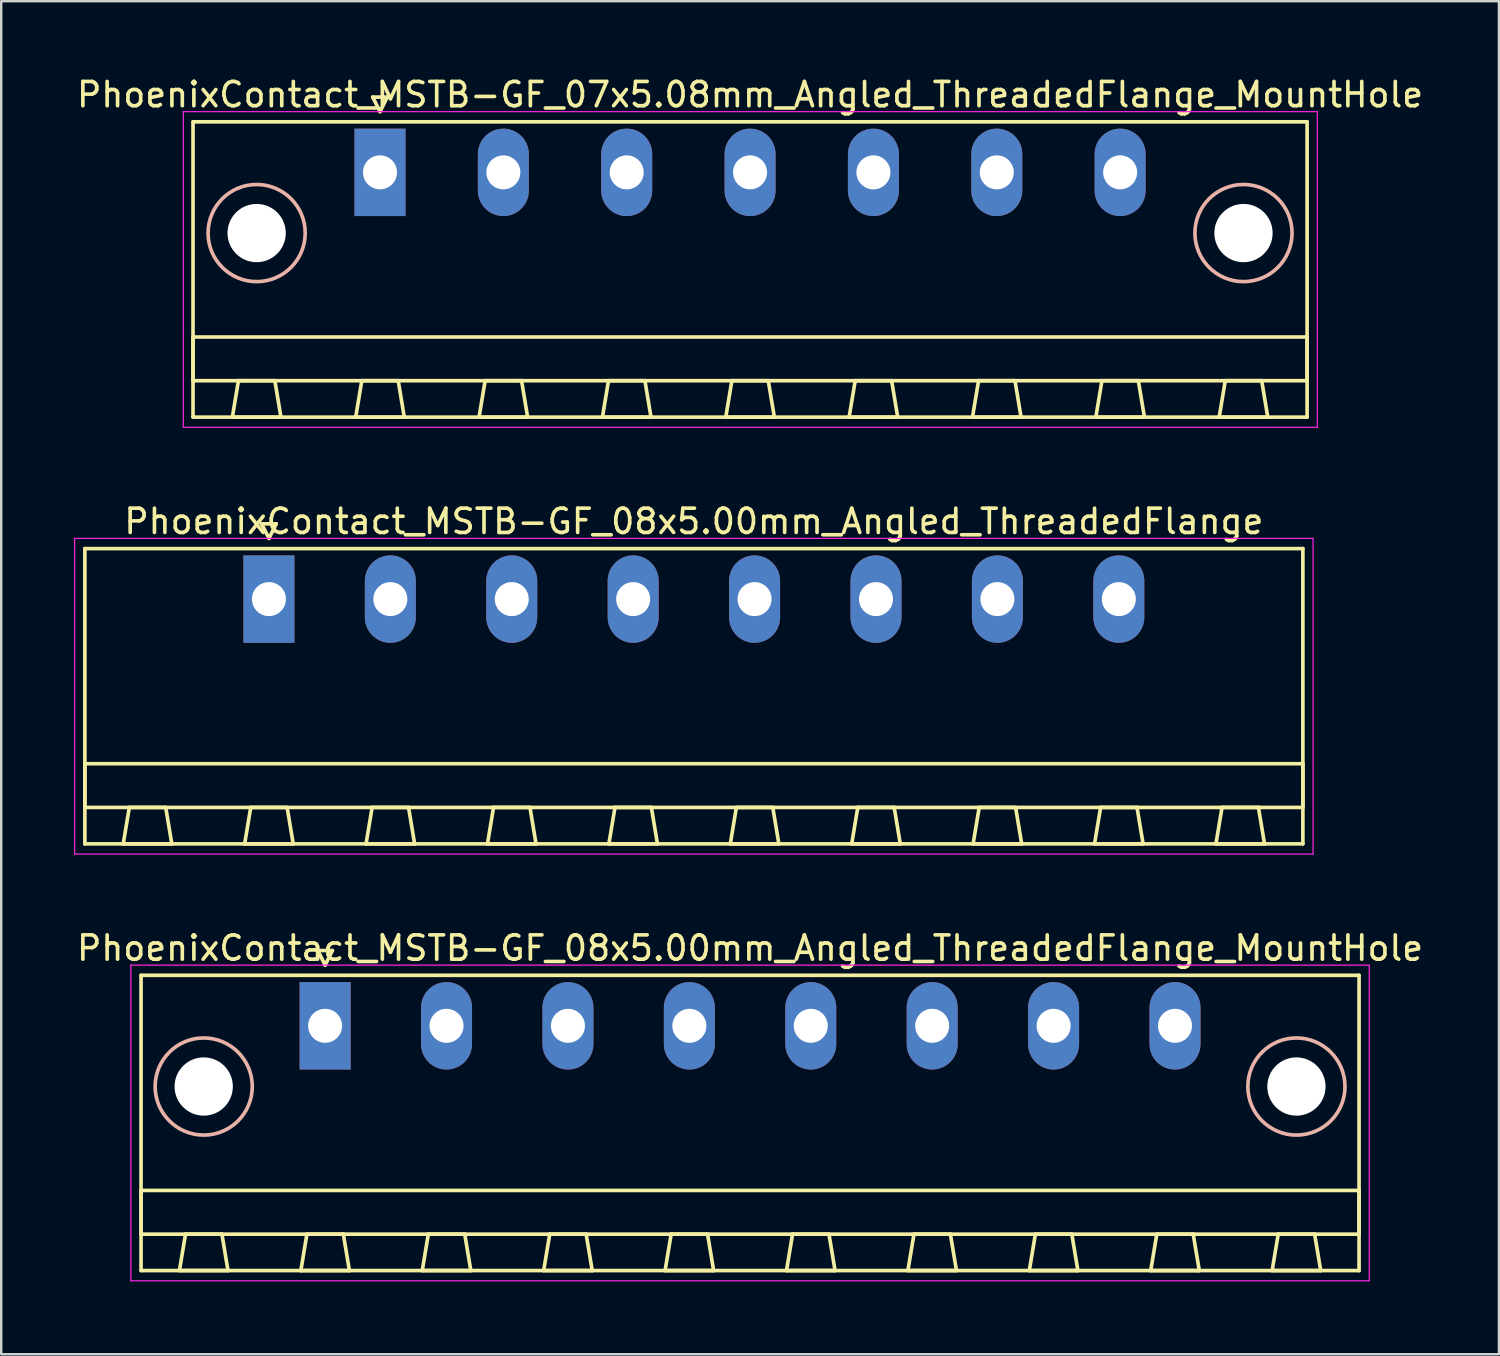
<source format=kicad_pcb>
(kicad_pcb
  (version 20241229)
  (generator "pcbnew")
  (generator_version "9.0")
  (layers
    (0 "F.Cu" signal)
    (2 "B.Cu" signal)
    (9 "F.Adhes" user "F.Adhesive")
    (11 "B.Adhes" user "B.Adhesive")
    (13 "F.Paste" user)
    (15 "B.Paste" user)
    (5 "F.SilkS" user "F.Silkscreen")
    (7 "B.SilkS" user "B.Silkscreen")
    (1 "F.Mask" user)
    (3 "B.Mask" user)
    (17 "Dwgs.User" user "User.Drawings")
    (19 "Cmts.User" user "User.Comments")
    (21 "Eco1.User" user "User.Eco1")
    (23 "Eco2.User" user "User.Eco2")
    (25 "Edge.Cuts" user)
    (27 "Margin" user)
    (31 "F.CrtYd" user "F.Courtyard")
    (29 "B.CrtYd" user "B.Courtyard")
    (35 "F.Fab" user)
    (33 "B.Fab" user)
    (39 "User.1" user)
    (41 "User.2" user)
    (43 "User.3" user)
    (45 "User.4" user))
  (footprint "PhoenixContact_MSTB-GF_08x5.00mm_Angled_ThreadedFlange_MountHole"
    (layer "F.Cu")
    (at 10.339 39.195)
    (property "Reference" "PhoenixContact_MSTB-GF_08x5.00mm_Angled_ThreadedFlange_MountHole" (at 17.5 -3.2 0) (layer "F.SilkS") (effects (font (size 1 1) (thickness 0.15))))
    (attr through_hole)
    (fp_line (start -7.58 -2.08) (end -7.58 10.08) (stroke (width 0.15) (type solid)) (layer "F.SilkS"))
    (fp_line (start -7.58 6.78) (end 42.58 6.78) (stroke (width 0.15) (type solid)) (layer "F.SilkS"))
    (fp_line (start -7.58 8.58) (end -7.58 6.78) (stroke (width 0.15) (type solid)) (layer "F.SilkS"))
    (fp_line (start -7.58 10.08) (end 42.58 10.08) (stroke (width 0.15) (type solid)) (layer "F.SilkS"))
    (fp_line (start -6 10.08) (end -4 10.08) (stroke (width 0.15) (type solid)) (layer "F.SilkS"))
    (fp_line (start -5.75 8.58) (end -6 10.08) (stroke (width 0.15) (type solid)) (layer "F.SilkS"))
    (fp_line (start -4.25 8.58) (end -5.75 8.58) (stroke (width 0.15) (type solid)) (layer "F.SilkS"))
    (fp_line (start -4 10.08) (end -4.25 8.58) (stroke (width 0.15) (type solid)) (layer "F.SilkS"))
    (fp_line (start -1 10.08) (end 1 10.08) (stroke (width 0.15) (type solid)) (layer "F.SilkS"))
    (fp_line (start -0.75 8.58) (end -1 10.08) (stroke (width 0.15) (type solid)) (layer "F.SilkS"))
    (fp_line (start -0.3 -3.1) (end 0 -2.5) (stroke (width 0.15) (type solid)) (layer "F.SilkS"))
    (fp_line (start 0 -2.5) (end 0.3 -3.1) (stroke (width 0.15) (type solid)) (layer "F.SilkS"))
    (fp_line (start 0.3 -3.1) (end -0.3 -3.1) (stroke (width 0.15) (type solid)) (layer "F.SilkS"))
    (fp_line (start 0.75 8.58) (end -0.75 8.58) (stroke (width 0.15) (type solid)) (layer "F.SilkS"))
    (fp_line (start 1 10.08) (end 0.75 8.58) (stroke (width 0.15) (type solid)) (layer "F.SilkS"))
    (fp_line (start 4 10.08) (end 6 10.08) (stroke (width 0.15) (type solid)) (layer "F.SilkS"))
    (fp_line (start 4.25 8.58) (end 4 10.08) (stroke (width 0.15) (type solid)) (layer "F.SilkS"))
    (fp_line (start 5.75 8.58) (end 4.25 8.58) (stroke (width 0.15) (type solid)) (layer "F.SilkS"))
    (fp_line (start 6 10.08) (end 5.75 8.58) (stroke (width 0.15) (type solid)) (layer "F.SilkS"))
    (fp_line (start 9 10.08) (end 11 10.08) (stroke (width 0.15) (type solid)) (layer "F.SilkS"))
    (fp_line (start 9.25 8.58) (end 9 10.08) (stroke (width 0.15) (type solid)) (layer "F.SilkS"))
    (fp_line (start 10.75 8.58) (end 9.25 8.58) (stroke (width 0.15) (type solid)) (layer "F.SilkS"))
    (fp_line (start 11 10.08) (end 10.75 8.58) (stroke (width 0.15) (type solid)) (layer "F.SilkS"))
    (fp_line (start 14 10.08) (end 16 10.08) (stroke (width 0.15) (type solid)) (layer "F.SilkS"))
    (fp_line (start 14.25 8.58) (end 14 10.08) (stroke (width 0.15) (type solid)) (layer "F.SilkS"))
    (fp_line (start 15.75 8.58) (end 14.25 8.58) (stroke (width 0.15) (type solid)) (layer "F.SilkS"))
    (fp_line (start 16 10.08) (end 15.75 8.58) (stroke (width 0.15) (type solid)) (layer "F.SilkS"))
    (fp_line (start 19 10.08) (end 21 10.08) (stroke (width 0.15) (type solid)) (layer "F.SilkS"))
    (fp_line (start 19.25 8.58) (end 19 10.08) (stroke (width 0.15) (type solid)) (layer "F.SilkS"))
    (fp_line (start 20.75 8.58) (end 19.25 8.58) (stroke (width 0.15) (type solid)) (layer "F.SilkS"))
    (fp_line (start 21 10.08) (end 20.75 8.58) (stroke (width 0.15) (type solid)) (layer "F.SilkS"))
    (fp_line (start 24 10.08) (end 26 10.08) (stroke (width 0.15) (type solid)) (layer "F.SilkS"))
    (fp_line (start 24.25 8.58) (end 24 10.08) (stroke (width 0.15) (type solid)) (layer "F.SilkS"))
    (fp_line (start 25.75 8.58) (end 24.25 8.58) (stroke (width 0.15) (type solid)) (layer "F.SilkS"))
    (fp_line (start 26 10.08) (end 25.75 8.58) (stroke (width 0.15) (type solid)) (layer "F.SilkS"))
    (fp_line (start 29 10.08) (end 31 10.08) (stroke (width 0.15) (type solid)) (layer "F.SilkS"))
    (fp_line (start 29.25 8.58) (end 29 10.08) (stroke (width 0.15) (type solid)) (layer "F.SilkS"))
    (fp_line (start 30.75 8.58) (end 29.25 8.58) (stroke (width 0.15) (type solid)) (layer "F.SilkS"))
    (fp_line (start 31 10.08) (end 30.75 8.58) (stroke (width 0.15) (type solid)) (layer "F.SilkS"))
    (fp_line (start 34 10.08) (end 36 10.08) (stroke (width 0.15) (type solid)) (layer "F.SilkS"))
    (fp_line (start 34.25 8.58) (end 34 10.08) (stroke (width 0.15) (type solid)) (layer "F.SilkS"))
    (fp_line (start 35.75 8.58) (end 34.25 8.58) (stroke (width 0.15) (type solid)) (layer "F.SilkS"))
    (fp_line (start 36 10.08) (end 35.75 8.58) (stroke (width 0.15) (type solid)) (layer "F.SilkS"))
    (fp_line (start 39 10.08) (end 41 10.08) (stroke (width 0.15) (type solid)) (layer "F.SilkS"))
    (fp_line (start 39.25 8.58) (end 39 10.08) (stroke (width 0.15) (type solid)) (layer "F.SilkS"))
    (fp_line (start 40.75 8.58) (end 39.25 8.58) (stroke (width 0.15) (type solid)) (layer "F.SilkS"))
    (fp_line (start 41 10.08) (end 40.75 8.58) (stroke (width 0.15) (type solid)) (layer "F.SilkS"))
    (fp_line (start 42.58 -2.08) (end -7.58 -2.08) (stroke (width 0.15) (type solid)) (layer "F.SilkS"))
    (fp_line (start 42.58 6.78) (end 42.58 8.58) (stroke (width 0.15) (type solid)) (layer "F.SilkS"))
    (fp_line (start 42.58 8.58) (end -7.58 8.58) (stroke (width 0.15) (type solid)) (layer "F.SilkS"))
    (fp_line (start 42.58 10.08) (end 42.58 -2.08) (stroke (width 0.15) (type solid)) (layer "F.SilkS"))
    (fp_circle (center -5 2.5) (end -3 2.5) (stroke (width 0.15) (type solid)) (fill no) (layer "B.SilkS"))
    (fp_circle (center 40 2.5) (end 42 2.5) (stroke (width 0.15) (type solid)) (fill no) (layer "B.SilkS"))
    (fp_line (start -8 -2.5) (end -8 10.5) (stroke (width 0.05) (type solid)) (layer "F.CrtYd"))
    (fp_line (start -8 10.5) (end 43 10.5) (stroke (width 0.05) (type solid)) (layer "F.CrtYd"))
    (fp_line (start 43 -2.5) (end -8 -2.5) (stroke (width 0.05) (type solid)) (layer "F.CrtYd"))
    (fp_line (start 43 10.5) (end 43 -2.5) (stroke (width 0.05) (type solid)) (layer "F.CrtYd"))
    (pad "" np_thru_hole circle (at -5 2.5) (size 2.4 2.4) (drill 2.4) (layers "*.Cu" "*.Mask"))
    (pad "" np_thru_hole circle (at 40 2.5) (size 2.4 2.4) (drill 2.4) (layers "*.Cu" "*.Mask"))
    (pad "1" thru_hole rect (at 0 0) (size 2.1 3.6) (drill 1.4) (layers "*.Cu" "*.Mask"))
    (pad "2" thru_hole oval (at 5 0) (size 2.1 3.6) (drill 1.4) (layers "*.Cu" "*.Mask"))
    (pad "3" thru_hole oval (at 10 0) (size 2.1 3.6) (drill 1.4) (layers "*.Cu" "*.Mask"))
    (pad "4" thru_hole oval (at 15 0) (size 2.1 3.6) (drill 1.4) (layers "*.Cu" "*.Mask"))
    (pad "5" thru_hole oval (at 20 0) (size 2.1 3.6) (drill 1.4) (layers "*.Cu" "*.Mask"))
    (pad "6" thru_hole oval (at 25 0) (size 2.1 3.6) (drill 1.4) (layers "*.Cu" "*.Mask"))
    (pad "7" thru_hole oval (at 30 0) (size 2.1 3.6) (drill 1.4) (layers "*.Cu" "*.Mask"))
    (pad "8" thru_hole oval (at 35 0) (size 2.1 3.6) (drill 1.4) (layers "*.Cu" "*.Mask")))
  (footprint "PhoenixContact_MSTB-GF_07x5.08mm_Angled_ThreadedFlange_MountHole"
    (layer "F.Cu")
    (at 12.599 4.048)
    (property "Reference" "PhoenixContact_MSTB-GF_07x5.08mm_Angled_ThreadedFlange_MountHole" (at 15.24 -3.2 0) (layer "F.SilkS") (effects (font (size 1 1) (thickness 0.15))))
    (attr through_hole)
    (fp_line (start -7.7 -2.08) (end -7.7 10.08) (stroke (width 0.15) (type solid)) (layer "F.SilkS"))
    (fp_line (start -7.7 6.78) (end 38.18 6.78) (stroke (width 0.15) (type solid)) (layer "F.SilkS"))
    (fp_line (start -7.7 8.58) (end -7.7 6.78) (stroke (width 0.15) (type solid)) (layer "F.SilkS"))
    (fp_line (start -7.7 10.08) (end 38.18 10.08) (stroke (width 0.15) (type solid)) (layer "F.SilkS"))
    (fp_line (start -6.08 10.08) (end -4.08 10.08) (stroke (width 0.15) (type solid)) (layer "F.SilkS"))
    (fp_line (start -5.83 8.58) (end -6.08 10.08) (stroke (width 0.15) (type solid)) (layer "F.SilkS"))
    (fp_line (start -4.33 8.58) (end -5.83 8.58) (stroke (width 0.15) (type solid)) (layer "F.SilkS"))
    (fp_line (start -4.08 10.08) (end -4.33 8.58) (stroke (width 0.15) (type solid)) (layer "F.SilkS"))
    (fp_line (start -1 10.08) (end 1 10.08) (stroke (width 0.15) (type solid)) (layer "F.SilkS"))
    (fp_line (start -0.75 8.58) (end -1 10.08) (stroke (width 0.15) (type solid)) (layer "F.SilkS"))
    (fp_line (start -0.3 -3.1) (end 0 -2.5) (stroke (width 0.15) (type solid)) (layer "F.SilkS"))
    (fp_line (start 0 -2.5) (end 0.3 -3.1) (stroke (width 0.15) (type solid)) (layer "F.SilkS"))
    (fp_line (start 0.3 -3.1) (end -0.3 -3.1) (stroke (width 0.15) (type solid)) (layer "F.SilkS"))
    (fp_line (start 0.75 8.58) (end -0.75 8.58) (stroke (width 0.15) (type solid)) (layer "F.SilkS"))
    (fp_line (start 1 10.08) (end 0.75 8.58) (stroke (width 0.15) (type solid)) (layer "F.SilkS"))
    (fp_line (start 4.08 10.08) (end 6.08 10.08) (stroke (width 0.15) (type solid)) (layer "F.SilkS"))
    (fp_line (start 4.33 8.58) (end 4.08 10.08) (stroke (width 0.15) (type solid)) (layer "F.SilkS"))
    (fp_line (start 5.83 8.58) (end 4.33 8.58) (stroke (width 0.15) (type solid)) (layer "F.SilkS"))
    (fp_line (start 6.08 10.08) (end 5.83 8.58) (stroke (width 0.15) (type solid)) (layer "F.SilkS"))
    (fp_line (start 9.16 10.08) (end 11.16 10.08) (stroke (width 0.15) (type solid)) (layer "F.SilkS"))
    (fp_line (start 9.41 8.58) (end 9.16 10.08) (stroke (width 0.15) (type solid)) (layer "F.SilkS"))
    (fp_line (start 10.91 8.58) (end 9.41 8.58) (stroke (width 0.15) (type solid)) (layer "F.SilkS"))
    (fp_line (start 11.16 10.08) (end 10.91 8.58) (stroke (width 0.15) (type solid)) (layer "F.SilkS"))
    (fp_line (start 14.24 10.08) (end 16.24 10.08) (stroke (width 0.15) (type solid)) (layer "F.SilkS"))
    (fp_line (start 14.49 8.58) (end 14.24 10.08) (stroke (width 0.15) (type solid)) (layer "F.SilkS"))
    (fp_line (start 15.99 8.58) (end 14.49 8.58) (stroke (width 0.15) (type solid)) (layer "F.SilkS"))
    (fp_line (start 16.24 10.08) (end 15.99 8.58) (stroke (width 0.15) (type solid)) (layer "F.SilkS"))
    (fp_line (start 19.32 10.08) (end 21.32 10.08) (stroke (width 0.15) (type solid)) (layer "F.SilkS"))
    (fp_line (start 19.57 8.58) (end 19.32 10.08) (stroke (width 0.15) (type solid)) (layer "F.SilkS"))
    (fp_line (start 21.07 8.58) (end 19.57 8.58) (stroke (width 0.15) (type solid)) (layer "F.SilkS"))
    (fp_line (start 21.32 10.08) (end 21.07 8.58) (stroke (width 0.15) (type solid)) (layer "F.SilkS"))
    (fp_line (start 24.4 10.08) (end 26.4 10.08) (stroke (width 0.15) (type solid)) (layer "F.SilkS"))
    (fp_line (start 24.65 8.58) (end 24.4 10.08) (stroke (width 0.15) (type solid)) (layer "F.SilkS"))
    (fp_line (start 26.15 8.58) (end 24.65 8.58) (stroke (width 0.15) (type solid)) (layer "F.SilkS"))
    (fp_line (start 26.4 10.08) (end 26.15 8.58) (stroke (width 0.15) (type solid)) (layer "F.SilkS"))
    (fp_line (start 29.48 10.08) (end 31.48 10.08) (stroke (width 0.15) (type solid)) (layer "F.SilkS"))
    (fp_line (start 29.73 8.58) (end 29.48 10.08) (stroke (width 0.15) (type solid)) (layer "F.SilkS"))
    (fp_line (start 31.23 8.58) (end 29.73 8.58) (stroke (width 0.15) (type solid)) (layer "F.SilkS"))
    (fp_line (start 31.48 10.08) (end 31.23 8.58) (stroke (width 0.15) (type solid)) (layer "F.SilkS"))
    (fp_line (start 34.56 10.08) (end 36.56 10.08) (stroke (width 0.15) (type solid)) (layer "F.SilkS"))
    (fp_line (start 34.81 8.58) (end 34.56 10.08) (stroke (width 0.15) (type solid)) (layer "F.SilkS"))
    (fp_line (start 36.31 8.58) (end 34.81 8.58) (stroke (width 0.15) (type solid)) (layer "F.SilkS"))
    (fp_line (start 36.56 10.08) (end 36.31 8.58) (stroke (width 0.15) (type solid)) (layer "F.SilkS"))
    (fp_line (start 38.18 -2.08) (end -7.7 -2.08) (stroke (width 0.15) (type solid)) (layer "F.SilkS"))
    (fp_line (start 38.18 6.78) (end 38.18 8.58) (stroke (width 0.15) (type solid)) (layer "F.SilkS"))
    (fp_line (start 38.18 8.58) (end -7.7 8.58) (stroke (width 0.15) (type solid)) (layer "F.SilkS"))
    (fp_line (start 38.18 10.08) (end 38.18 -2.08) (stroke (width 0.15) (type solid)) (layer "F.SilkS"))
    (fp_circle (center -5.08 2.5) (end -3.08 2.5) (stroke (width 0.15) (type solid)) (fill no) (layer "B.SilkS"))
    (fp_circle (center 35.56 2.5) (end 37.56 2.5) (stroke (width 0.15) (type solid)) (fill no) (layer "B.SilkS"))
    (fp_line (start -8.1 -2.5) (end -8.1 10.5) (stroke (width 0.05) (type solid)) (layer "F.CrtYd"))
    (fp_line (start -8.1 10.5) (end 38.6 10.5) (stroke (width 0.05) (type solid)) (layer "F.CrtYd"))
    (fp_line (start 38.6 -2.5) (end -8.1 -2.5) (stroke (width 0.05) (type solid)) (layer "F.CrtYd"))
    (fp_line (start 38.6 10.5) (end 38.6 -2.5) (stroke (width 0.05) (type solid)) (layer "F.CrtYd"))
    (pad "" np_thru_hole circle (at -5.08 2.5) (size 2.4 2.4) (drill 2.4) (layers "*.Cu" "*.Mask"))
    (pad "" np_thru_hole circle (at 35.56 2.5) (size 2.4 2.4) (drill 2.4) (layers "*.Cu" "*.Mask"))
    (pad "1" thru_hole rect (at 0 0) (size 2.1 3.6) (drill 1.4) (layers "*.Cu" "*.Mask"))
    (pad "2" thru_hole oval (at 5.08 0) (size 2.1 3.6) (drill 1.4) (layers "*.Cu" "*.Mask"))
    (pad "3" thru_hole oval (at 10.16 0) (size 2.1 3.6) (drill 1.4) (layers "*.Cu" "*.Mask"))
    (pad "4" thru_hole oval (at 15.24 0) (size 2.1 3.6) (drill 1.4) (layers "*.Cu" "*.Mask"))
    (pad "5" thru_hole oval (at 20.32 0) (size 2.1 3.6) (drill 1.4) (layers "*.Cu" "*.Mask"))
    (pad "6" thru_hole oval (at 25.4 0) (size 2.1 3.6) (drill 1.4) (layers "*.Cu" "*.Mask"))
    (pad "7" thru_hole oval (at 30.48 0) (size 2.1 3.6) (drill 1.4) (layers "*.Cu" "*.Mask")))
  (footprint "PhoenixContact_MSTB-GF_08x5.00mm_Angled_ThreadedFlange"
    (layer "F.Cu")
    (at 8.025 21.622)
    (property "Reference" "PhoenixContact_MSTB-GF_08x5.00mm_Angled_ThreadedFlange" (at 17.5 -3.2 0) (layer "F.SilkS") (effects (font (size 1 1) (thickness 0.15))))
    (attr through_hole)
    (fp_line (start -7.58 -2.08) (end -7.58 10.08) (stroke (width 0.15) (type solid)) (layer "F.SilkS"))
    (fp_line (start -7.58 6.78) (end 42.58 6.78) (stroke (width 0.15) (type solid)) (layer "F.SilkS"))
    (fp_line (start -7.58 8.58) (end -7.58 6.78) (stroke (width 0.15) (type solid)) (layer "F.SilkS"))
    (fp_line (start -7.58 10.08) (end 42.58 10.08) (stroke (width 0.15) (type solid)) (layer "F.SilkS"))
    (fp_line (start -6 10.08) (end -4 10.08) (stroke (width 0.15) (type solid)) (layer "F.SilkS"))
    (fp_line (start -5.75 8.58) (end -6 10.08) (stroke (width 0.15) (type solid)) (layer "F.SilkS"))
    (fp_line (start -4.25 8.58) (end -5.75 8.58) (stroke (width 0.15) (type solid)) (layer "F.SilkS"))
    (fp_line (start -4 10.08) (end -4.25 8.58) (stroke (width 0.15) (type solid)) (layer "F.SilkS"))
    (fp_line (start -1 10.08) (end 1 10.08) (stroke (width 0.15) (type solid)) (layer "F.SilkS"))
    (fp_line (start -0.75 8.58) (end -1 10.08) (stroke (width 0.15) (type solid)) (layer "F.SilkS"))
    (fp_line (start -0.3 -3.1) (end 0 -2.5) (stroke (width 0.15) (type solid)) (layer "F.SilkS"))
    (fp_line (start 0 -2.5) (end 0.3 -3.1) (stroke (width 0.15) (type solid)) (layer "F.SilkS"))
    (fp_line (start 0.3 -3.1) (end -0.3 -3.1) (stroke (width 0.15) (type solid)) (layer "F.SilkS"))
    (fp_line (start 0.75 8.58) (end -0.75 8.58) (stroke (width 0.15) (type solid)) (layer "F.SilkS"))
    (fp_line (start 1 10.08) (end 0.75 8.58) (stroke (width 0.15) (type solid)) (layer "F.SilkS"))
    (fp_line (start 4 10.08) (end 6 10.08) (stroke (width 0.15) (type solid)) (layer "F.SilkS"))
    (fp_line (start 4.25 8.58) (end 4 10.08) (stroke (width 0.15) (type solid)) (layer "F.SilkS"))
    (fp_line (start 5.75 8.58) (end 4.25 8.58) (stroke (width 0.15) (type solid)) (layer "F.SilkS"))
    (fp_line (start 6 10.08) (end 5.75 8.58) (stroke (width 0.15) (type solid)) (layer "F.SilkS"))
    (fp_line (start 9 10.08) (end 11 10.08) (stroke (width 0.15) (type solid)) (layer "F.SilkS"))
    (fp_line (start 9.25 8.58) (end 9 10.08) (stroke (width 0.15) (type solid)) (layer "F.SilkS"))
    (fp_line (start 10.75 8.58) (end 9.25 8.58) (stroke (width 0.15) (type solid)) (layer "F.SilkS"))
    (fp_line (start 11 10.08) (end 10.75 8.58) (stroke (width 0.15) (type solid)) (layer "F.SilkS"))
    (fp_line (start 14 10.08) (end 16 10.08) (stroke (width 0.15) (type solid)) (layer "F.SilkS"))
    (fp_line (start 14.25 8.58) (end 14 10.08) (stroke (width 0.15) (type solid)) (layer "F.SilkS"))
    (fp_line (start 15.75 8.58) (end 14.25 8.58) (stroke (width 0.15) (type solid)) (layer "F.SilkS"))
    (fp_line (start 16 10.08) (end 15.75 8.58) (stroke (width 0.15) (type solid)) (layer "F.SilkS"))
    (fp_line (start 19 10.08) (end 21 10.08) (stroke (width 0.15) (type solid)) (layer "F.SilkS"))
    (fp_line (start 19.25 8.58) (end 19 10.08) (stroke (width 0.15) (type solid)) (layer "F.SilkS"))
    (fp_line (start 20.75 8.58) (end 19.25 8.58) (stroke (width 0.15) (type solid)) (layer "F.SilkS"))
    (fp_line (start 21 10.08) (end 20.75 8.58) (stroke (width 0.15) (type solid)) (layer "F.SilkS"))
    (fp_line (start 24 10.08) (end 26 10.08) (stroke (width 0.15) (type solid)) (layer "F.SilkS"))
    (fp_line (start 24.25 8.58) (end 24 10.08) (stroke (width 0.15) (type solid)) (layer "F.SilkS"))
    (fp_line (start 25.75 8.58) (end 24.25 8.58) (stroke (width 0.15) (type solid)) (layer "F.SilkS"))
    (fp_line (start 26 10.08) (end 25.75 8.58) (stroke (width 0.15) (type solid)) (layer "F.SilkS"))
    (fp_line (start 29 10.08) (end 31 10.08) (stroke (width 0.15) (type solid)) (layer "F.SilkS"))
    (fp_line (start 29.25 8.58) (end 29 10.08) (stroke (width 0.15) (type solid)) (layer "F.SilkS"))
    (fp_line (start 30.75 8.58) (end 29.25 8.58) (stroke (width 0.15) (type solid)) (layer "F.SilkS"))
    (fp_line (start 31 10.08) (end 30.75 8.58) (stroke (width 0.15) (type solid)) (layer "F.SilkS"))
    (fp_line (start 34 10.08) (end 36 10.08) (stroke (width 0.15) (type solid)) (layer "F.SilkS"))
    (fp_line (start 34.25 8.58) (end 34 10.08) (stroke (width 0.15) (type solid)) (layer "F.SilkS"))
    (fp_line (start 35.75 8.58) (end 34.25 8.58) (stroke (width 0.15) (type solid)) (layer "F.SilkS"))
    (fp_line (start 36 10.08) (end 35.75 8.58) (stroke (width 0.15) (type solid)) (layer "F.SilkS"))
    (fp_line (start 39 10.08) (end 41 10.08) (stroke (width 0.15) (type solid)) (layer "F.SilkS"))
    (fp_line (start 39.25 8.58) (end 39 10.08) (stroke (width 0.15) (type solid)) (layer "F.SilkS"))
    (fp_line (start 40.75 8.58) (end 39.25 8.58) (stroke (width 0.15) (type solid)) (layer "F.SilkS"))
    (fp_line (start 41 10.08) (end 40.75 8.58) (stroke (width 0.15) (type solid)) (layer "F.SilkS"))
    (fp_line (start 42.58 -2.08) (end -7.58 -2.08) (stroke (width 0.15) (type solid)) (layer "F.SilkS"))
    (fp_line (start 42.58 6.78) (end 42.58 8.58) (stroke (width 0.15) (type solid)) (layer "F.SilkS"))
    (fp_line (start 42.58 8.58) (end -7.58 8.58) (stroke (width 0.15) (type solid)) (layer "F.SilkS"))
    (fp_line (start 42.58 10.08) (end 42.58 -2.08) (stroke (width 0.15) (type solid)) (layer "F.SilkS"))
    (fp_line (start -8 -2.5) (end -8 10.5) (stroke (width 0.05) (type solid)) (layer "F.CrtYd"))
    (fp_line (start -8 10.5) (end 43 10.5) (stroke (width 0.05) (type solid)) (layer "F.CrtYd"))
    (fp_line (start 43 -2.5) (end -8 -2.5) (stroke (width 0.05) (type solid)) (layer "F.CrtYd"))
    (fp_line (start 43 10.5) (end 43 -2.5) (stroke (width 0.05) (type solid)) (layer "F.CrtYd"))
    (pad "1" thru_hole rect (at 0 0) (size 2.1 3.6) (drill 1.4) (layers "*.Cu" "*.Mask"))
    (pad "2" thru_hole oval (at 5 0) (size 2.1 3.6) (drill 1.4) (layers "*.Cu" "*.Mask"))
    (pad "3" thru_hole oval (at 10 0) (size 2.1 3.6) (drill 1.4) (layers "*.Cu" "*.Mask"))
    (pad "4" thru_hole oval (at 15 0) (size 2.1 3.6) (drill 1.4) (layers "*.Cu" "*.Mask"))
    (pad "5" thru_hole oval (at 20 0) (size 2.1 3.6) (drill 1.4) (layers "*.Cu" "*.Mask"))
    (pad "6" thru_hole oval (at 25 0) (size 2.1 3.6) (drill 1.4) (layers "*.Cu" "*.Mask"))
    (pad "7" thru_hole oval (at 30 0) (size 2.1 3.6) (drill 1.4) (layers "*.Cu" "*.Mask"))
    (pad "8" thru_hole oval (at 35 0) (size 2.1 3.6) (drill 1.4) (layers "*.Cu" "*.Mask")))
  (gr_rect
    (start -3 -3)
    (end 58.679 52.72)
    (stroke (width 0.1) (type default))
    (fill no)
    (layer "Edge.Cuts")))
</source>
